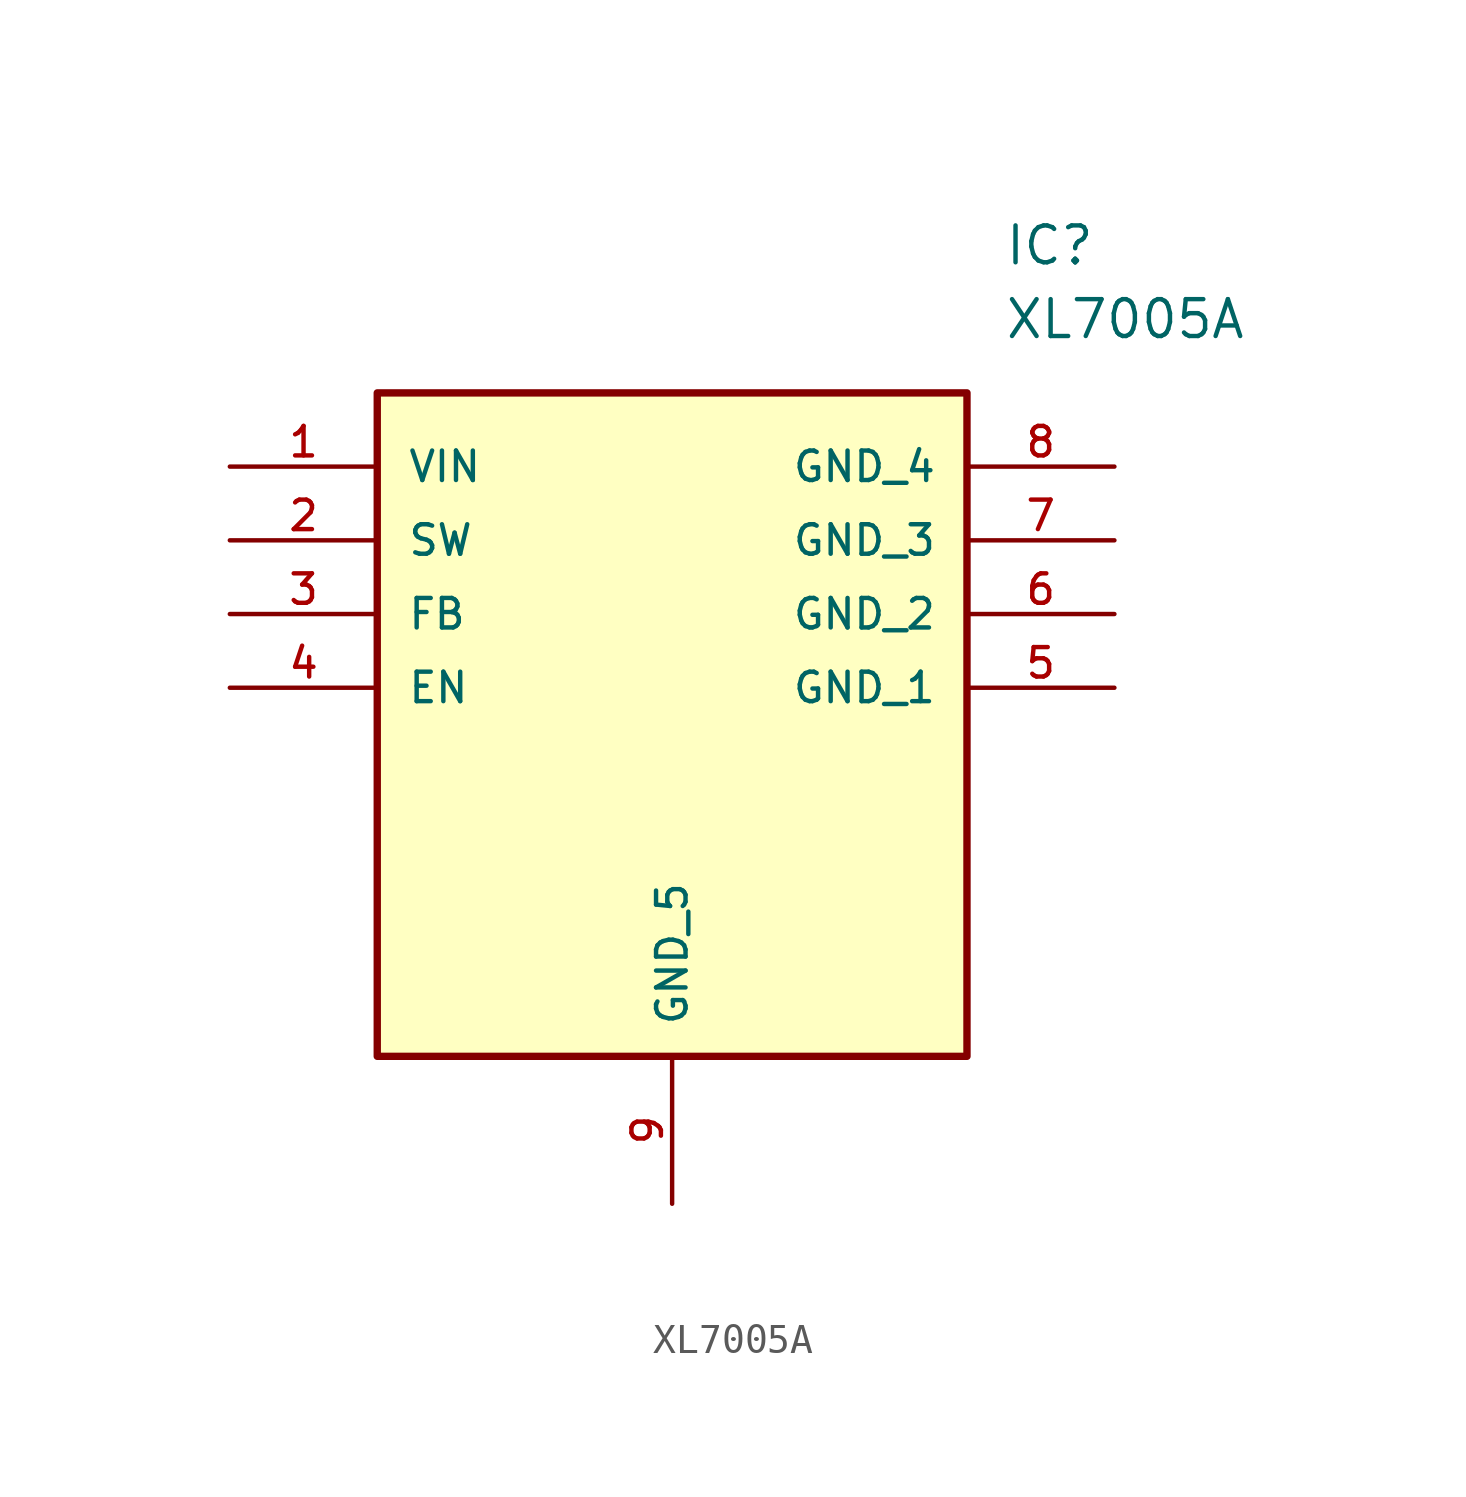
<source format=kicad_sym>
(kicad_symbol_lib
  (version 20211014)
  (generator kicad_symbol_editor)
  (symbol "XL7005A"
    (pin_names
      (offset 1.016))
    (property "Reference" "IC"
      (at 26.67 7.62 0)
      (effects (font (size 1.27 1.27)) (justify left)))
    (property "Value" "XL7005A"
      (at 26.67 5.08 0)
      (effects (font (size 1.27 1.27)) (justify left)))
    (symbol "XL7005A_0_0"
      (rectangle (start 5.08 -20.32) (end 25.4 2.54) (stroke (width 0.254)) (fill (type background)))
      (pin bidirectional line (at 0.0 0.0 0) (length 5.08) (name "VIN" (effects (font (size 1.016 1.016)))) (number "1" (effects (font (size 1.016 1.016)))))
      (pin bidirectional line (at 0.0 -2.54 0) (length 5.08) (name "SW" (effects (font (size 1.016 1.016)))) (number "2" (effects (font (size 1.016 1.016)))))
      (pin bidirectional line (at 0.0 -5.08 0) (length 5.08) (name "FB" (effects (font (size 1.016 1.016)))) (number "3" (effects (font (size 1.016 1.016)))))
      (pin bidirectional line (at 0.0 -7.62 0) (length 5.08) (name "EN" (effects (font (size 1.016 1.016)))) (number "4" (effects (font (size 1.016 1.016)))))
      (pin bidirectional line (at 15.24 -25.4 90.0) (length 5.08) (name "GND_5" (effects (font (size 1.016 1.016)))) (number "9" (effects (font (size 1.016 1.016)))))
      (pin bidirectional line (at 30.48 0.0 180.0) (length 5.08) (name "GND_4" (effects (font (size 1.016 1.016)))) (number "8" (effects (font (size 1.016 1.016)))))
      (pin bidirectional line (at 30.48 -2.54 180.0) (length 5.08) (name "GND_3" (effects (font (size 1.016 1.016)))) (number "7" (effects (font (size 1.016 1.016)))))
      (pin bidirectional line (at 30.48 -5.08 180.0) (length 5.08) (name "GND_2" (effects (font (size 1.016 1.016)))) (number "6" (effects (font (size 1.016 1.016)))))
      (pin bidirectional line (at 30.48 -7.62 180.0) (length 5.08) (name "GND_1" (effects (font (size 1.016 1.016)))) (number "5" (effects (font (size 1.016 1.016))))))))
</source>
